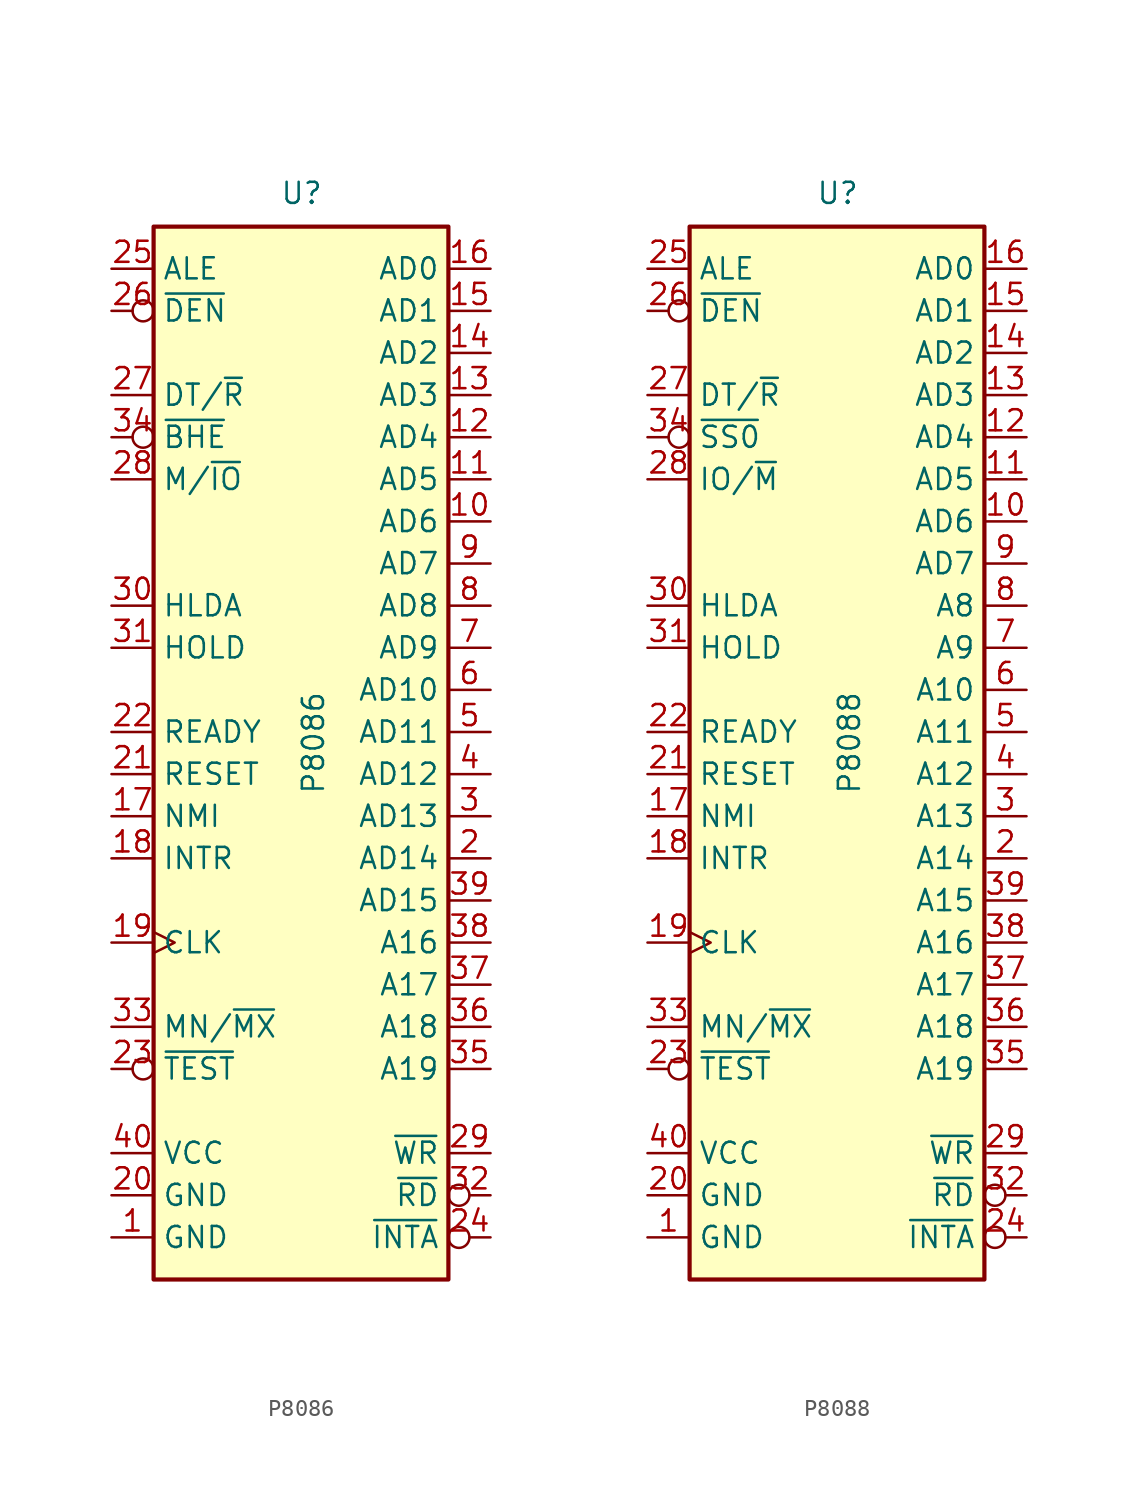
<source format=kicad_sym>
(kicad_symbol_lib
  (version 20231120)
  (generator "kicad_symbol_editor")
  (generator_version "8.0")
  (symbol "P8086"
    (property "Reference" "U"
      (at -1.27 31.75 0)
      (effects (font (size 1.27 1.27)) (justify left bottom)))
    (property "Value" "P8086"
      (at 0 -3.81 90)
      (effects (font (size 1.27 1.27)) (justify left top)))
    (symbol "P8086_0_1"
      (rectangle (start -8.89 -33.02) (end 8.89 30.48) (stroke (width 0.254) (type default)) (fill (type background))))
    (symbol "P8086_1_1"
      (pin power_in line (at -11.43 -30.48 0) (length 2.54) (name "GND" (effects (font (size 1.27 1.27)))) (number "1" (effects (font (size 1.27 1.27)))))
      (pin bidirectional line (at 11.43 12.7 180) (length 2.54) (name "AD6" (effects (font (size 1.27 1.27)))) (number "10" (effects (font (size 1.27 1.27)))))
      (pin bidirectional line (at 11.43 15.24 180) (length 2.54) (name "AD5" (effects (font (size 1.27 1.27)))) (number "11" (effects (font (size 1.27 1.27)))))
      (pin bidirectional line (at 11.43 17.78 180) (length 2.54) (name "AD4" (effects (font (size 1.27 1.27)))) (number "12" (effects (font (size 1.27 1.27)))))
      (pin bidirectional line (at 11.43 20.32 180) (length 2.54) (name "AD3" (effects (font (size 1.27 1.27)))) (number "13" (effects (font (size 1.27 1.27)))))
      (pin bidirectional line (at 11.43 22.86 180) (length 2.54) (name "AD2" (effects (font (size 1.27 1.27)))) (number "14" (effects (font (size 1.27 1.27)))))
      (pin bidirectional line (at 11.43 25.4 180) (length 2.54) (name "AD1" (effects (font (size 1.27 1.27)))) (number "15" (effects (font (size 1.27 1.27)))))
      (pin bidirectional line (at 11.43 27.94 180) (length 2.54) (name "AD0" (effects (font (size 1.27 1.27)))) (number "16" (effects (font (size 1.27 1.27)))))
      (pin input line (at -11.43 -5.08 0) (length 2.54) (name "NMI" (effects (font (size 1.27 1.27)))) (number "17" (effects (font (size 1.27 1.27)))))
      (pin input line (at -11.43 -7.62 0) (length 2.54) (name "INTR" (effects (font (size 1.27 1.27)))) (number "18" (effects (font (size 1.27 1.27)))))
      (pin input clock (at -11.43 -12.7 0) (length 2.54) (name "CLK" (effects (font (size 1.27 1.27)))) (number "19" (effects (font (size 1.27 1.27)))))
      (pin bidirectional line (at 11.43 -7.62 180) (length 2.54) (name "AD14" (effects (font (size 1.27 1.27)))) (number "2" (effects (font (size 1.27 1.27)))))
      (pin power_in line (at -11.43 -27.94 0) (length 2.54) (name "GND" (effects (font (size 1.27 1.27)))) (number "20" (effects (font (size 1.27 1.27)))))
      (pin input line (at -11.43 -2.54 0) (length 2.54) (name "RESET" (effects (font (size 1.27 1.27)))) (number "21" (effects (font (size 1.27 1.27)))))
      (pin input line (at -11.43 0 0) (length 2.54) (name "READY" (effects (font (size 1.27 1.27)))) (number "22" (effects (font (size 1.27 1.27)))))
      (pin input inverted (at -11.43 -20.32 0) (length 2.54) (name "~{TEST}" (effects (font (size 1.27 1.27)))) (number "23" (effects (font (size 1.27 1.27)))))
      (pin output inverted (at 11.43 -30.48 180) (length 2.54) (name "~{INTA}" (effects (font (size 1.27 1.27)))) (number "24" (effects (font (size 1.27 1.27)))))
      (pin output line (at -11.43 27.94 0) (length 2.54) (name "ALE" (effects (font (size 1.27 1.27)))) (number "25" (effects (font (size 1.27 1.27)))))
      (pin output inverted (at -11.43 25.4 0) (length 2.54) (name "~{DEN}" (effects (font (size 1.27 1.27)))) (number "26" (effects (font (size 1.27 1.27)))))
      (pin output line (at -11.43 20.32 0) (length 2.54) (name "DT/~{R}" (effects (font (size 1.27 1.27)))) (number "27" (effects (font (size 1.27 1.27)))))
      (pin output line (at -11.43 15.24 0) (length 2.54) (name "M/~{IO}" (effects (font (size 1.27 1.27)))) (number "28" (effects (font (size 1.27 1.27)))))
      (pin output line (at 11.43 -25.4 180) (length 2.54) (name "~{WR}" (effects (font (size 1.27 1.27)))) (number "29" (effects (font (size 1.27 1.27)))))
      (pin bidirectional line (at 11.43 -5.08 180) (length 2.54) (name "AD13" (effects (font (size 1.27 1.27)))) (number "3" (effects (font (size 1.27 1.27)))))
      (pin output line (at -11.43 7.62 0) (length 2.54) (name "HLDA" (effects (font (size 1.27 1.27)))) (number "30" (effects (font (size 1.27 1.27)))))
      (pin input line (at -11.43 5.08 0) (length 2.54) (name "HOLD" (effects (font (size 1.27 1.27)))) (number "31" (effects (font (size 1.27 1.27)))))
      (pin output inverted (at 11.43 -27.94 180) (length 2.54) (name "~{RD}" (effects (font (size 1.27 1.27)))) (number "32" (effects (font (size 1.27 1.27)))))
      (pin input line (at -11.43 -17.78 0) (length 2.54) (name "MN/~{MX}" (effects (font (size 1.27 1.27)))) (number "33" (effects (font (size 1.27 1.27)))))
      (pin output inverted (at -11.43 17.78 0) (length 2.54) (name "~{BHE}" (effects (font (size 1.27 1.27)))) (number "34" (effects (font (size 1.27 1.27)))))
      (pin output line (at 11.43 -20.32 180) (length 2.54) (name "A19" (effects (font (size 1.27 1.27)))) (number "35" (effects (font (size 1.27 1.27)))))
      (pin output line (at 11.43 -17.78 180) (length 2.54) (name "A18" (effects (font (size 1.27 1.27)))) (number "36" (effects (font (size 1.27 1.27)))))
      (pin output line (at 11.43 -15.24 180) (length 2.54) (name "A17" (effects (font (size 1.27 1.27)))) (number "37" (effects (font (size 1.27 1.27)))))
      (pin output line (at 11.43 -12.7 180) (length 2.54) (name "A16" (effects (font (size 1.27 1.27)))) (number "38" (effects (font (size 1.27 1.27)))))
      (pin bidirectional line (at 11.43 -10.16 180) (length 2.54) (name "AD15" (effects (font (size 1.27 1.27)))) (number "39" (effects (font (size 1.27 1.27)))))
      (pin bidirectional line (at 11.43 -2.54 180) (length 2.54) (name "AD12" (effects (font (size 1.27 1.27)))) (number "4" (effects (font (size 1.27 1.27)))))
      (pin power_in line (at -11.43 -25.4 0) (length 2.54) (name "VCC" (effects (font (size 1.27 1.27)))) (number "40" (effects (font (size 1.27 1.27)))))
      (pin bidirectional line (at 11.43 0 180) (length 2.54) (name "AD11" (effects (font (size 1.27 1.27)))) (number "5" (effects (font (size 1.27 1.27)))))
      (pin bidirectional line (at 11.43 2.54 180) (length 2.54) (name "AD10" (effects (font (size 1.27 1.27)))) (number "6" (effects (font (size 1.27 1.27)))))
      (pin bidirectional line (at 11.43 5.08 180) (length 2.54) (name "AD9" (effects (font (size 1.27 1.27)))) (number "7" (effects (font (size 1.27 1.27)))))
      (pin bidirectional line (at 11.43 7.62 180) (length 2.54) (name "AD8" (effects (font (size 1.27 1.27)))) (number "8" (effects (font (size 1.27 1.27)))))
      (pin bidirectional line (at 11.43 10.16 180) (length 2.54) (name "AD7" (effects (font (size 1.27 1.27)))) (number "9" (effects (font (size 1.27 1.27)))))))
  (symbol "P8088"
    (property "Reference" "U"
      (at -1.27 31.75 0)
      (effects (font (size 1.27 1.27)) (justify left bottom)))
    (property "Value" "P8088"
      (at 0 -3.81 90)
      (effects (font (size 1.27 1.27)) (justify left top)))
    (symbol "P8088_0_1"
      (rectangle (start -8.89 -33.02) (end 8.89 30.48) (stroke (width 0.254) (type default)) (fill (type background))))
    (symbol "P8088_1_1"
      (pin power_in line (at -11.43 -30.48 0) (length 2.54) (name "GND" (effects (font (size 1.27 1.27)))) (number "1" (effects (font (size 1.27 1.27)))))
      (pin bidirectional line (at 11.43 12.7 180) (length 2.54) (name "AD6" (effects (font (size 1.27 1.27)))) (number "10" (effects (font (size 1.27 1.27)))))
      (pin bidirectional line (at 11.43 15.24 180) (length 2.54) (name "AD5" (effects (font (size 1.27 1.27)))) (number "11" (effects (font (size 1.27 1.27)))))
      (pin bidirectional line (at 11.43 17.78 180) (length 2.54) (name "AD4" (effects (font (size 1.27 1.27)))) (number "12" (effects (font (size 1.27 1.27)))))
      (pin bidirectional line (at 11.43 20.32 180) (length 2.54) (name "AD3" (effects (font (size 1.27 1.27)))) (number "13" (effects (font (size 1.27 1.27)))))
      (pin bidirectional line (at 11.43 22.86 180) (length 2.54) (name "AD2" (effects (font (size 1.27 1.27)))) (number "14" (effects (font (size 1.27 1.27)))))
      (pin bidirectional line (at 11.43 25.4 180) (length 2.54) (name "AD1" (effects (font (size 1.27 1.27)))) (number "15" (effects (font (size 1.27 1.27)))))
      (pin bidirectional line (at 11.43 27.94 180) (length 2.54) (name "AD0" (effects (font (size 1.27 1.27)))) (number "16" (effects (font (size 1.27 1.27)))))
      (pin input line (at -11.43 -5.08 0) (length 2.54) (name "NMI" (effects (font (size 1.27 1.27)))) (number "17" (effects (font (size 1.27 1.27)))))
      (pin input line (at -11.43 -7.62 0) (length 2.54) (name "INTR" (effects (font (size 1.27 1.27)))) (number "18" (effects (font (size 1.27 1.27)))))
      (pin input clock (at -11.43 -12.7 0) (length 2.54) (name "CLK" (effects (font (size 1.27 1.27)))) (number "19" (effects (font (size 1.27 1.27)))))
      (pin output line (at 11.43 -7.62 180) (length 2.54) (name "A14" (effects (font (size 1.27 1.27)))) (number "2" (effects (font (size 1.27 1.27)))))
      (pin power_in line (at -11.43 -27.94 0) (length 2.54) (name "GND" (effects (font (size 1.27 1.27)))) (number "20" (effects (font (size 1.27 1.27)))))
      (pin input line (at -11.43 -2.54 0) (length 2.54) (name "RESET" (effects (font (size 1.27 1.27)))) (number "21" (effects (font (size 1.27 1.27)))))
      (pin input line (at -11.43 0 0) (length 2.54) (name "READY" (effects (font (size 1.27 1.27)))) (number "22" (effects (font (size 1.27 1.27)))))
      (pin input inverted (at -11.43 -20.32 0) (length 2.54) (name "~{TEST}" (effects (font (size 1.27 1.27)))) (number "23" (effects (font (size 1.27 1.27)))))
      (pin output inverted (at 11.43 -30.48 180) (length 2.54) (name "~{INTA}" (effects (font (size 1.27 1.27)))) (number "24" (effects (font (size 1.27 1.27)))))
      (pin output line (at -11.43 27.94 0) (length 2.54) (name "ALE" (effects (font (size 1.27 1.27)))) (number "25" (effects (font (size 1.27 1.27)))))
      (pin output inverted (at -11.43 25.4 0) (length 2.54) (name "~{DEN}" (effects (font (size 1.27 1.27)))) (number "26" (effects (font (size 1.27 1.27)))))
      (pin output line (at -11.43 20.32 0) (length 2.54) (name "DT/~{R}" (effects (font (size 1.27 1.27)))) (number "27" (effects (font (size 1.27 1.27)))))
      (pin output line (at -11.43 15.24 0) (length 2.54) (name "IO/~{M}" (effects (font (size 1.27 1.27)))) (number "28" (effects (font (size 1.27 1.27)))))
      (pin output line (at 11.43 -25.4 180) (length 2.54) (name "~{WR}" (effects (font (size 1.27 1.27)))) (number "29" (effects (font (size 1.27 1.27)))))
      (pin output line (at 11.43 -5.08 180) (length 2.54) (name "A13" (effects (font (size 1.27 1.27)))) (number "3" (effects (font (size 1.27 1.27)))))
      (pin output line (at -11.43 7.62 0) (length 2.54) (name "HLDA" (effects (font (size 1.27 1.27)))) (number "30" (effects (font (size 1.27 1.27)))))
      (pin input line (at -11.43 5.08 0) (length 2.54) (name "HOLD" (effects (font (size 1.27 1.27)))) (number "31" (effects (font (size 1.27 1.27)))))
      (pin output inverted (at 11.43 -27.94 180) (length 2.54) (name "~{RD}" (effects (font (size 1.27 1.27)))) (number "32" (effects (font (size 1.27 1.27)))))
      (pin input line (at -11.43 -17.78 0) (length 2.54) (name "MN/~{MX}" (effects (font (size 1.27 1.27)))) (number "33" (effects (font (size 1.27 1.27)))))
      (pin output inverted (at -11.43 17.78 0) (length 2.54) (name "~{SS0}" (effects (font (size 1.27 1.27)))) (number "34" (effects (font (size 1.27 1.27)))))
      (pin output line (at 11.43 -20.32 180) (length 2.54) (name "A19" (effects (font (size 1.27 1.27)))) (number "35" (effects (font (size 1.27 1.27)))))
      (pin output line (at 11.43 -17.78 180) (length 2.54) (name "A18" (effects (font (size 1.27 1.27)))) (number "36" (effects (font (size 1.27 1.27)))))
      (pin output line (at 11.43 -15.24 180) (length 2.54) (name "A17" (effects (font (size 1.27 1.27)))) (number "37" (effects (font (size 1.27 1.27)))))
      (pin output line (at 11.43 -12.7 180) (length 2.54) (name "A16" (effects (font (size 1.27 1.27)))) (number "38" (effects (font (size 1.27 1.27)))))
      (pin output line (at 11.43 -10.16 180) (length 2.54) (name "A15" (effects (font (size 1.27 1.27)))) (number "39" (effects (font (size 1.27 1.27)))))
      (pin output line (at 11.43 -2.54 180) (length 2.54) (name "A12" (effects (font (size 1.27 1.27)))) (number "4" (effects (font (size 1.27 1.27)))))
      (pin power_in line (at -11.43 -25.4 0) (length 2.54) (name "VCC" (effects (font (size 1.27 1.27)))) (number "40" (effects (font (size 1.27 1.27)))))
      (pin output line (at 11.43 0 180) (length 2.54) (name "A11" (effects (font (size 1.27 1.27)))) (number "5" (effects (font (size 1.27 1.27)))))
      (pin output line (at 11.43 2.54 180) (length 2.54) (name "A10" (effects (font (size 1.27 1.27)))) (number "6" (effects (font (size 1.27 1.27)))))
      (pin output line (at 11.43 5.08 180) (length 2.54) (name "A9" (effects (font (size 1.27 1.27)))) (number "7" (effects (font (size 1.27 1.27)))))
      (pin output line (at 11.43 7.62 180) (length 2.54) (name "A8" (effects (font (size 1.27 1.27)))) (number "8" (effects (font (size 1.27 1.27)))))
      (pin bidirectional line (at 11.43 10.16 180) (length 2.54) (name "AD7" (effects (font (size 1.27 1.27)))) (number "9" (effects (font (size 1.27 1.27))))))))
</source>
